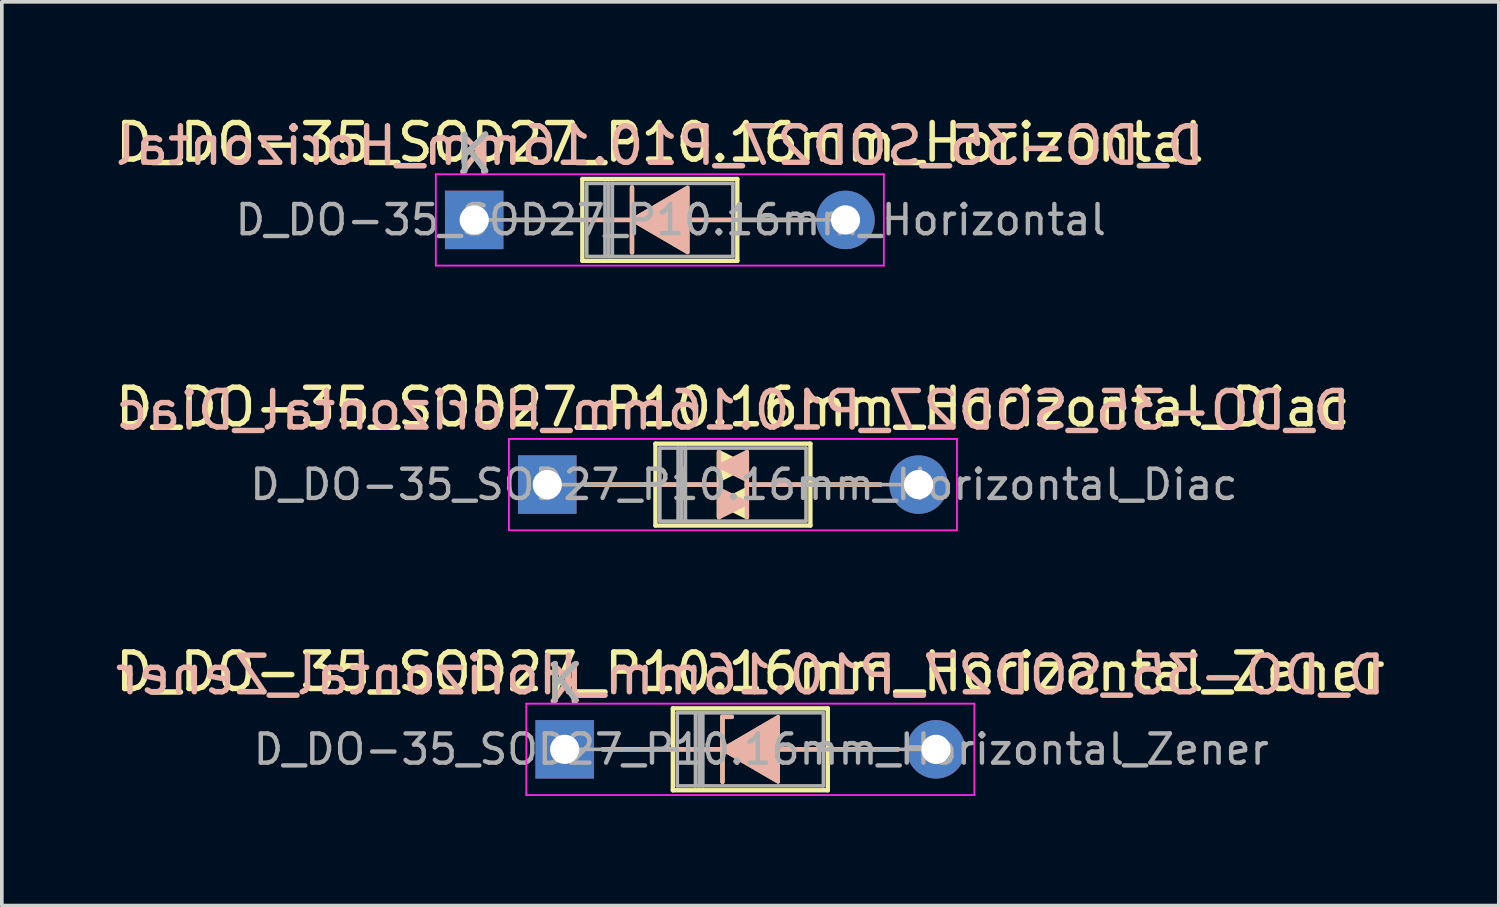
<source format=kicad_pcb>
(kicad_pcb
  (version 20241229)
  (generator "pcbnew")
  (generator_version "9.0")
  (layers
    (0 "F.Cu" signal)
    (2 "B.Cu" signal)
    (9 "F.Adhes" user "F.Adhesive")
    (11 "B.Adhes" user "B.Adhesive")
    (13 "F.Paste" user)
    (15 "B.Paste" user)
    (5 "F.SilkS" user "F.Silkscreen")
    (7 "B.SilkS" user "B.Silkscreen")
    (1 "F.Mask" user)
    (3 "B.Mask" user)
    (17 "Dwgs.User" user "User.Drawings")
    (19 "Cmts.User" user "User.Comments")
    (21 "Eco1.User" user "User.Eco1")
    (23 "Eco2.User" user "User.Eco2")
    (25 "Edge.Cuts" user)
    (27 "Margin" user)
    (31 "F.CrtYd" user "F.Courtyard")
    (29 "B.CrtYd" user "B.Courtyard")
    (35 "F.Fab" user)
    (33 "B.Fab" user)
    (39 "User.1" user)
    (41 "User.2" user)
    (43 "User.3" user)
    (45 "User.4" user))
  (footprint "D_DO-35_SOD27_P10.16mm_Horizontal"
    (layer "F.Cu")
    (at 9.926 2.968)
    (property "Reference" "D_DO-35_SOD27_P10.16mm_Horizontal" (at 5.08 -2.12 0) (layer "F.SilkS") (effects (font (size 1 1) (thickness 0.15))))
    (fp_line (start 1.04 0) (end 2.96 0) (stroke (width 0.12) (type solid)) (layer "F.SilkS"))
    (fp_line (start 2.921 0) (end 4.318 0) (stroke (width 0.12) (type solid)) (layer "F.SilkS"))
    (fp_line (start 2.96 -1.12) (end 2.96 1.12) (stroke (width 0.12) (type solid)) (layer "F.SilkS"))
    (fp_line (start 2.96 1.12) (end 7.2 1.12) (stroke (width 0.12) (type solid)) (layer "F.SilkS"))
    (fp_line (start 4.318 -0.889) (end 4.318 0.889) (stroke (width 0.12) (type solid)) (layer "F.SilkS"))
    (fp_line (start 7.2 -1.12) (end 2.96 -1.12) (stroke (width 0.12) (type solid)) (layer "F.SilkS"))
    (fp_line (start 7.2 0) (end 5.905 0) (stroke (width 0.12) (type solid)) (layer "F.SilkS"))
    (fp_line (start 7.2 1.12) (end 7.2 -1.12) (stroke (width 0.12) (type solid)) (layer "F.SilkS"))
    (fp_line (start 9.12 0) (end 7.2 0) (stroke (width 0.12) (type solid)) (layer "F.SilkS"))
    (fp_poly (pts (xy 5.842 0.889) (xy 4.318 0) (xy 5.842 -0.889)) (stroke (width 0.1) (type solid)) (fill yes) (layer "F.SilkS"))
    (fp_line (start 1.04 0) (end 2.96 0) (stroke (width 0.12) (type solid)) (layer "B.SilkS"))
    (fp_line (start 2.921 0) (end 4.318 0) (stroke (width 0.12) (type solid)) (layer "B.SilkS"))
    (fp_line (start 4.318 0.889) (end 4.318 -0.889) (stroke (width 0.12) (type solid)) (layer "B.SilkS"))
    (fp_line (start 7.2 0) (end 5.905 0) (stroke (width 0.12) (type solid)) (layer "B.SilkS"))
    (fp_line (start 9.12 0) (end 7.2 0) (stroke (width 0.12) (type solid)) (layer "B.SilkS"))
    (fp_poly (pts (xy 5.842 -0.889) (xy 4.318 0) (xy 5.842 0.889)) (stroke (width 0.1) (type solid)) (fill yes) (layer "B.SilkS"))
    (fp_line (start -1.05 -1.25) (end -1.05 1.25) (stroke (width 0.05) (type solid)) (layer "F.CrtYd"))
    (fp_line (start -1.05 1.25) (end 11.21 1.25) (stroke (width 0.05) (type solid)) (layer "F.CrtYd"))
    (fp_line (start 11.21 -1.25) (end -1.05 -1.25) (stroke (width 0.05) (type solid)) (layer "F.CrtYd"))
    (fp_line (start 11.21 1.25) (end 11.21 -1.25) (stroke (width 0.05) (type solid)) (layer "F.CrtYd"))
    (fp_line (start 0 0) (end 3.08 0) (stroke (width 0.1) (type solid)) (layer "F.Fab"))
    (fp_line (start 3.08 -1) (end 3.08 1) (stroke (width 0.1) (type solid)) (layer "F.Fab"))
    (fp_line (start 3.08 1) (end 7.08 1) (stroke (width 0.1) (type solid)) (layer "F.Fab"))
    (fp_line (start 3.58 -1) (end 3.58 1) (stroke (width 0.1) (type solid)) (layer "F.Fab"))
    (fp_line (start 3.68 -1) (end 3.68 1) (stroke (width 0.1) (type solid)) (layer "F.Fab"))
    (fp_line (start 3.78 -1) (end 3.78 1) (stroke (width 0.1) (type solid)) (layer "F.Fab"))
    (fp_line (start 7.08 -1) (end 3.08 -1) (stroke (width 0.1) (type solid)) (layer "F.Fab"))
    (fp_line (start 7.08 1) (end 7.08 -1) (stroke (width 0.1) (type solid)) (layer "F.Fab"))
    (fp_line (start 10.16 0) (end 7.08 0) (stroke (width 0.1) (type solid)) (layer "F.Fab"))
    (fp_text user "K" (at 0 -1.8 0) (layer "F.SilkS") (effects (font (size 1 1) (thickness 0.15))))
    (fp_text user "K" (at 0 -1.778 0) (layer "B.SilkS") (effects (font (size 1 1) (thickness 0.15)) (justify mirror)))
    (fp_text user "${REFERENCE}" (at 5.08 -2.032 0) (layer "B.SilkS") (effects (font (size 1 1) (thickness 0.15)) (justify mirror)))
    (fp_text user "K" (at 0 -1.8 0) (layer "F.Fab") (effects (font (size 1 1) (thickness 0.15))))
    (fp_text user "${REFERENCE}" (at 5.38 0 0) (layer "F.Fab") (effects (font (size 0.8 0.8) (thickness 0.12))))
    (pad "1" thru_hole rect (at 0 0) (size 1.6 1.6) (drill 0.8) (layers "*.Cu" "*.Mask"))
    (pad "2" thru_hole oval (at 10.16 0) (size 1.6 1.6) (drill 0.8) (layers "*.Cu" "*.Mask")))
  (footprint "D_DO-35_SOD27_P10.16mm_Horizontal_Diac"
    (layer "F.Cu")
    (at 11.926 10.211)
    (property "Reference" "D_DO-35_SOD27_P10.16mm_Horizontal_Diac" (at 5.08 -2.12 0) (layer "F.SilkS") (effects (font (size 1 1) (thickness 0.15))))
    (fp_line (start 1.04 0) (end 2.96 0) (stroke (width 0.12) (type solid)) (layer "F.SilkS"))
    (fp_line (start 2.921 0) (end 4.699 0) (stroke (width 0.12) (type solid)) (layer "F.SilkS"))
    (fp_line (start 2.96 -1.12) (end 2.96 1.12) (stroke (width 0.12) (type solid)) (layer "F.SilkS"))
    (fp_line (start 2.96 1.12) (end 7.2 1.12) (stroke (width 0.12) (type solid)) (layer "F.SilkS"))
    (fp_line (start 4.699 -0.889) (end 4.699 0.889) (stroke (width 0.12) (type solid)) (layer "F.SilkS"))
    (fp_line (start 5.461 -0.889) (end 5.461 0.889) (stroke (width 0.12) (type solid)) (layer "F.SilkS"))
    (fp_line (start 7.2 -1.12) (end 2.96 -1.12) (stroke (width 0.12) (type solid)) (layer "F.SilkS"))
    (fp_line (start 7.2 0) (end 5.461 0) (stroke (width 0.12) (type solid)) (layer "F.SilkS"))
    (fp_line (start 7.2 1.12) (end 7.2 -1.12) (stroke (width 0.12) (type solid)) (layer "F.SilkS"))
    (fp_line (start 9.12 0) (end 7.2 0) (stroke (width 0.12) (type solid)) (layer "F.SilkS"))
    (fp_poly (pts (xy 5.461 -0.508) (xy 4.699 -0.127) (xy 4.699 -0.889)) (stroke (width 0.12) (type solid)) (fill yes) (layer "F.SilkS"))
    (fp_poly (pts (xy 5.461 0.889) (xy 4.699 0.508) (xy 5.461 0.127)) (stroke (width 0.12) (type solid)) (fill yes) (layer "F.SilkS"))
    (fp_line (start 1.04 0) (end 2.96 0) (stroke (width 0.12) (type solid)) (layer "B.SilkS"))
    (fp_line (start 2.921 0) (end 4.699 0) (stroke (width 0.12) (type solid)) (layer "B.SilkS"))
    (fp_line (start 4.699 0.889) (end 4.699 -0.889) (stroke (width 0.12) (type solid)) (layer "B.SilkS"))
    (fp_line (start 5.461 0.889) (end 5.461 -0.889) (stroke (width 0.12) (type solid)) (layer "B.SilkS"))
    (fp_line (start 7.2 0) (end 5.461 0) (stroke (width 0.12) (type solid)) (layer "B.SilkS"))
    (fp_line (start 9.12 0) (end 7.2 0) (stroke (width 0.12) (type solid)) (layer "B.SilkS"))
    (fp_poly (pts (xy 5.461 -0.889) (xy 4.699 -0.508) (xy 5.461 -0.127)) (stroke (width 0.12) (type solid)) (fill yes) (layer "B.SilkS"))
    (fp_poly (pts (xy 5.461 0.508) (xy 4.699 0.127) (xy 4.699 0.889)) (stroke (width 0.12) (type solid)) (fill yes) (layer "B.SilkS"))
    (fp_line (start -1.05 -1.25) (end -1.05 1.25) (stroke (width 0.05) (type solid)) (layer "F.CrtYd"))
    (fp_line (start -1.05 1.25) (end 11.21 1.25) (stroke (width 0.05) (type solid)) (layer "F.CrtYd"))
    (fp_line (start 11.21 -1.25) (end -1.05 -1.25) (stroke (width 0.05) (type solid)) (layer "F.CrtYd"))
    (fp_line (start 11.21 1.25) (end 11.21 -1.25) (stroke (width 0.05) (type solid)) (layer "F.CrtYd"))
    (fp_line (start 0 0) (end 3.08 0) (stroke (width 0.1) (type solid)) (layer "F.Fab"))
    (fp_line (start 3.08 -1) (end 3.08 1) (stroke (width 0.1) (type solid)) (layer "F.Fab"))
    (fp_line (start 3.08 1) (end 7.08 1) (stroke (width 0.1) (type solid)) (layer "F.Fab"))
    (fp_line (start 3.58 -1) (end 3.58 1) (stroke (width 0.1) (type solid)) (layer "F.Fab"))
    (fp_line (start 3.68 -1) (end 3.68 1) (stroke (width 0.1) (type solid)) (layer "F.Fab"))
    (fp_line (start 3.78 -1) (end 3.78 1) (stroke (width 0.1) (type solid)) (layer "F.Fab"))
    (fp_line (start 7.08 -1) (end 3.08 -1) (stroke (width 0.1) (type solid)) (layer "F.Fab"))
    (fp_line (start 7.08 1) (end 7.08 -1) (stroke (width 0.1) (type solid)) (layer "F.Fab"))
    (fp_line (start 10.16 0) (end 7.08 0) (stroke (width 0.1) (type solid)) (layer "F.Fab"))
    (fp_text user "${REFERENCE}" (at 5.08 -2.032 0) (layer "B.SilkS") (effects (font (size 1 1) (thickness 0.15)) (justify mirror)))
    (fp_text user "${REFERENCE}" (at 5.38 0 0) (layer "F.Fab") (effects (font (size 0.8 0.8) (thickness 0.12))))
    (pad "1" thru_hole rect (at 0 0) (size 1.6 1.6) (drill 0.8) (layers "*.Cu" "*.Mask"))
    (pad "2" thru_hole oval (at 10.16 0) (size 1.6 1.6) (drill 0.8) (layers "*.Cu" "*.Mask")))
  (footprint "D_DO-35_SOD27_P10.16mm_Horizontal_Zener"
    (layer "F.Cu")
    (at 12.402 17.455)
    (property "Reference" "D_DO-35_SOD27_P10.16mm_Horizontal_Zener" (at 5.08 -2.12 0) (layer "F.SilkS") (effects (font (size 1 1) (thickness 0.15))))
    (fp_line (start 1.04 0) (end 2.96 0) (stroke (width 0.12) (type solid)) (layer "F.SilkS"))
    (fp_line (start 2.921 0) (end 4.318 0) (stroke (width 0.12) (type solid)) (layer "F.SilkS"))
    (fp_line (start 2.96 -1.12) (end 2.96 1.12) (stroke (width 0.12) (type solid)) (layer "F.SilkS"))
    (fp_line (start 2.96 1.12) (end 7.2 1.12) (stroke (width 0.12) (type solid)) (layer "F.SilkS"))
    (fp_line (start 4.318 -0.889) (end 4.318 0.889) (stroke (width 0.12) (type solid)) (layer "F.SilkS"))
    (fp_line (start 4.318 -0.889) (end 4.572 -0.889) (stroke (width 0.12) (type solid)) (layer "F.SilkS"))
    (fp_line (start 7.2 -1.12) (end 2.96 -1.12) (stroke (width 0.12) (type solid)) (layer "F.SilkS"))
    (fp_line (start 7.2 0) (end 5.905 0) (stroke (width 0.12) (type solid)) (layer "F.SilkS"))
    (fp_line (start 7.2 1.12) (end 7.2 -1.12) (stroke (width 0.12) (type solid)) (layer "F.SilkS"))
    (fp_line (start 9.12 0) (end 7.2 0) (stroke (width 0.12) (type solid)) (layer "F.SilkS"))
    (fp_poly (pts (xy 5.842 0.889) (xy 4.318 0) (xy 5.842 -0.889)) (stroke (width 0.1) (type solid)) (fill yes) (layer "F.SilkS"))
    (fp_line (start 1.04 0) (end 2.96 0) (stroke (width 0.12) (type solid)) (layer "B.SilkS"))
    (fp_line (start 2.921 0) (end 4.318 0) (stroke (width 0.12) (type solid)) (layer "B.SilkS"))
    (fp_line (start 4.318 -0.889) (end 4.572 -0.889) (stroke (width 0.12) (type solid)) (layer "B.SilkS"))
    (fp_line (start 4.318 0.889) (end 4.318 -0.889) (stroke (width 0.12) (type solid)) (layer "B.SilkS"))
    (fp_line (start 7.2 0) (end 5.905 0) (stroke (width 0.12) (type solid)) (layer "B.SilkS"))
    (fp_line (start 9.12 0) (end 7.2 0) (stroke (width 0.12) (type solid)) (layer "B.SilkS"))
    (fp_poly (pts (xy 5.842 -0.889) (xy 4.318 0) (xy 5.842 0.889)) (stroke (width 0.1) (type solid)) (fill yes) (layer "B.SilkS"))
    (fp_line (start -1.05 -1.25) (end -1.05 1.25) (stroke (width 0.05) (type solid)) (layer "F.CrtYd"))
    (fp_line (start -1.05 1.25) (end 11.21 1.25) (stroke (width 0.05) (type solid)) (layer "F.CrtYd"))
    (fp_line (start 11.21 -1.25) (end -1.05 -1.25) (stroke (width 0.05) (type solid)) (layer "F.CrtYd"))
    (fp_line (start 11.21 1.25) (end 11.21 -1.25) (stroke (width 0.05) (type solid)) (layer "F.CrtYd"))
    (fp_line (start 0 0) (end 3.08 0) (stroke (width 0.1) (type solid)) (layer "F.Fab"))
    (fp_line (start 3.08 -1) (end 3.08 1) (stroke (width 0.1) (type solid)) (layer "F.Fab"))
    (fp_line (start 3.08 1) (end 7.08 1) (stroke (width 0.1) (type solid)) (layer "F.Fab"))
    (fp_line (start 3.58 -1) (end 3.58 1) (stroke (width 0.1) (type solid)) (layer "F.Fab"))
    (fp_line (start 3.68 -1) (end 3.68 1) (stroke (width 0.1) (type solid)) (layer "F.Fab"))
    (fp_line (start 3.78 -1) (end 3.78 1) (stroke (width 0.1) (type solid)) (layer "F.Fab"))
    (fp_line (start 7.08 -1) (end 3.08 -1) (stroke (width 0.1) (type solid)) (layer "F.Fab"))
    (fp_line (start 7.08 1) (end 7.08 -1) (stroke (width 0.1) (type solid)) (layer "F.Fab"))
    (fp_line (start 10.16 0) (end 7.08 0) (stroke (width 0.1) (type solid)) (layer "F.Fab"))
    (fp_text user "K" (at 0 -1.8 0) (layer "F.SilkS") (effects (font (size 1 1) (thickness 0.15))))
    (fp_text user "${REFERENCE}" (at 5.08 -2.032 0) (layer "B.SilkS") (effects (font (size 1 1) (thickness 0.15)) (justify mirror)))
    (fp_text user "K" (at 0 -1.778 0) (layer "B.SilkS") (effects (font (size 1 1) (thickness 0.15)) (justify mirror)))
    (fp_text user "K" (at 0 -1.8 0) (layer "F.Fab") (effects (font (size 1 1) (thickness 0.15))))
    (fp_text user "${REFERENCE}" (at 5.38 0 0) (layer "F.Fab") (effects (font (size 0.8 0.8) (thickness 0.12))))
    (pad "1" thru_hole rect (at 0 0) (size 1.6 1.6) (drill 0.8) (layers "*.Cu" "*.Mask"))
    (pad "2" thru_hole oval (at 10.16 0) (size 1.6 1.6) (drill 0.8) (layers "*.Cu" "*.Mask")))
  (gr_rect
    (start -3 -3)
    (end 37.964 21.73)
    (stroke (width 0.1) (type default))
    (fill no)
    (layer "Edge.Cuts")))
</source>
